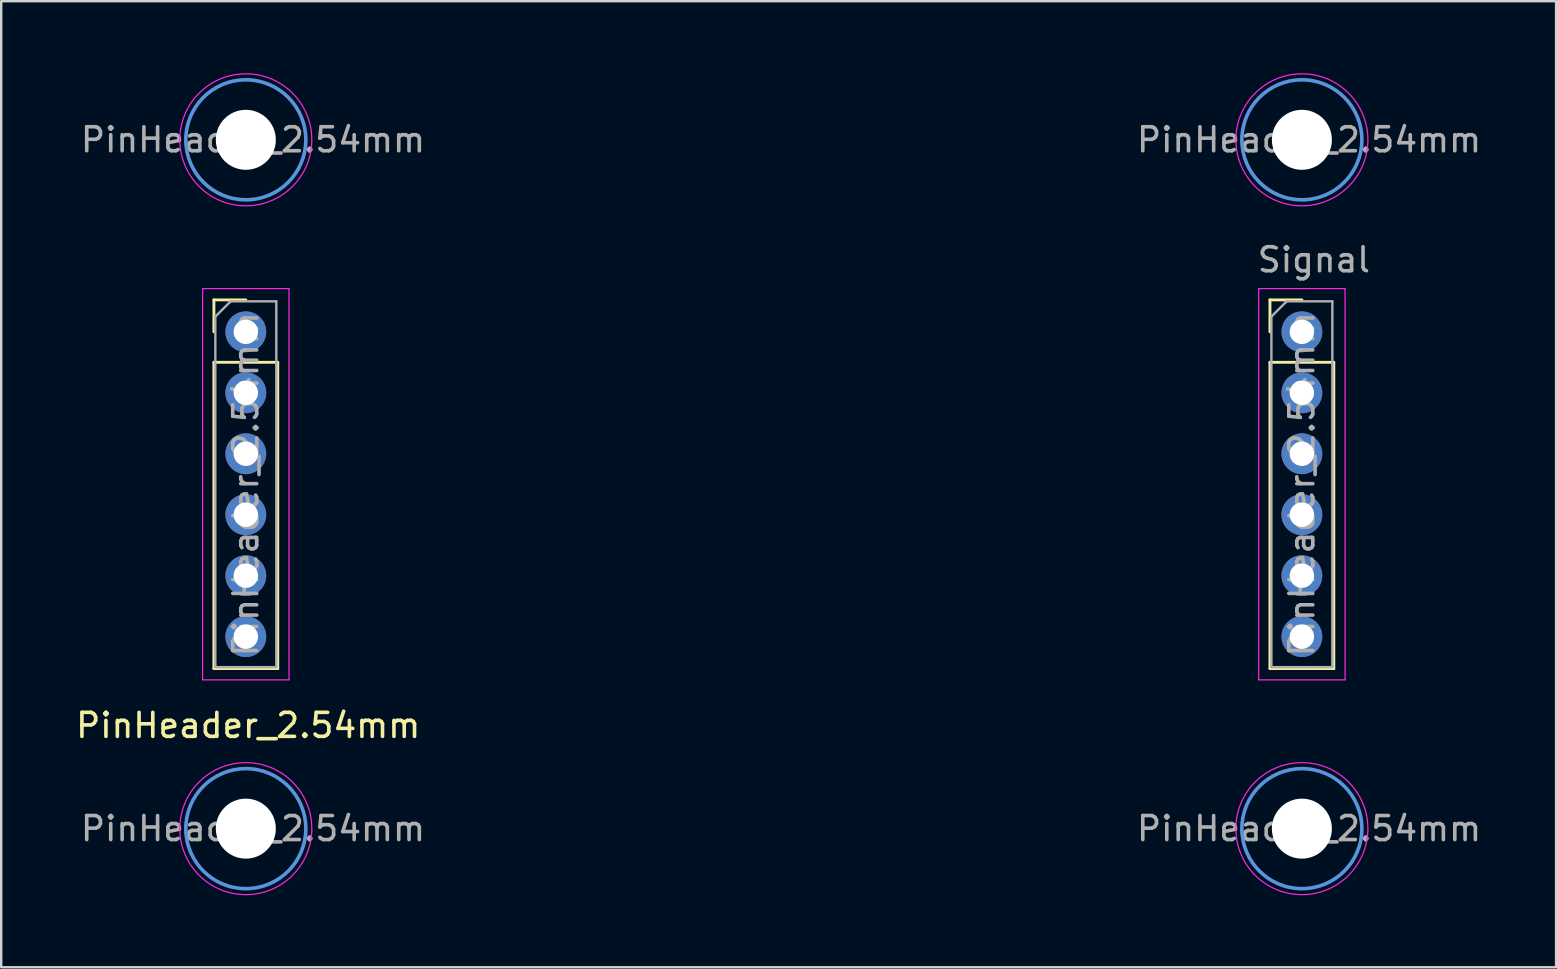
<source format=kicad_pcb>
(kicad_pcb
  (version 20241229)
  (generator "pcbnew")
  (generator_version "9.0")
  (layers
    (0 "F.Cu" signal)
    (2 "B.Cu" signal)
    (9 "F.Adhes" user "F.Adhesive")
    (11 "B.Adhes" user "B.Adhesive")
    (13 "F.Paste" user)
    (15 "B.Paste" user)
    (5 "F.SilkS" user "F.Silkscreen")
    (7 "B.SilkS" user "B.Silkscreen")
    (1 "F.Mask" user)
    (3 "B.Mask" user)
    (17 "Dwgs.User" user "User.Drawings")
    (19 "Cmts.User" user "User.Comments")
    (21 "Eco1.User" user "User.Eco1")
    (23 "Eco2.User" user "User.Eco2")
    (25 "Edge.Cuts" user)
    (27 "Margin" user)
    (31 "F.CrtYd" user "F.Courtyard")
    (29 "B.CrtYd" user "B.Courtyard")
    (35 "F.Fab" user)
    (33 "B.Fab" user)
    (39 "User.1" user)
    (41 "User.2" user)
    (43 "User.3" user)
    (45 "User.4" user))
  (footprint "PinHeader_2.54mm"
    (layer "F.Cu")
    (at 7.192 10.775)
    (property "Reference" "PinHeader_2.54mm" (at 0.1 16.4 0) (layer "F.SilkS") (effects (font (size 1 1) (thickness 0.15))))
    (attr through_hole)
    (fp_line (start -1.33 -1.33) (end 0 -1.33) (stroke (width 0.12) (type solid)) (layer "F.SilkS"))
    (fp_line (start -1.33 0) (end -1.33 -1.33) (stroke (width 0.12) (type solid)) (layer "F.SilkS"))
    (fp_line (start -1.33 1.27) (end -1.33 14.03) (stroke (width 0.12) (type solid)) (layer "F.SilkS"))
    (fp_line (start -1.33 1.27) (end 1.33 1.27) (stroke (width 0.12) (type solid)) (layer "F.SilkS"))
    (fp_line (start -1.33 14.03) (end 1.33 14.03) (stroke (width 0.12) (type solid)) (layer "F.SilkS"))
    (fp_line (start 1.33 1.27) (end 1.33 14.03) (stroke (width 0.12) (type solid)) (layer "F.SilkS"))
    (fp_line (start 42.67 -1.33) (end 44 -1.33) (stroke (width 0.12) (type solid)) (layer "F.SilkS"))
    (fp_line (start 42.67 0) (end 42.67 -1.33) (stroke (width 0.12) (type solid)) (layer "F.SilkS"))
    (fp_line (start 42.67 1.27) (end 42.67 14.03) (stroke (width 0.12) (type solid)) (layer "F.SilkS"))
    (fp_line (start 42.67 1.27) (end 45.33 1.27) (stroke (width 0.12) (type solid)) (layer "F.SilkS"))
    (fp_line (start 42.67 14.03) (end 45.33 14.03) (stroke (width 0.12) (type solid)) (layer "F.SilkS"))
    (fp_line (start 45.33 1.27) (end 45.33 14.03) (stroke (width 0.12) (type solid)) (layer "F.SilkS"))
    (fp_circle (center 0 -8) (end 2.5 -8) (stroke (width 0.15) (type solid)) (fill no) (layer "Cmts.User"))
    (fp_circle (center 0 20.7) (end 2.5 20.7) (stroke (width 0.15) (type solid)) (fill no) (layer "Cmts.User"))
    (fp_circle (center 44 -8) (end 46.5 -8) (stroke (width 0.15) (type solid)) (fill no) (layer "Cmts.User"))
    (fp_circle (center 44 20.7) (end 46.5 20.7) (stroke (width 0.15) (type solid)) (fill no) (layer "Cmts.User"))
    (fp_line (start -1.8 -1.8) (end -1.8 14.5) (stroke (width 0.05) (type solid)) (layer "F.CrtYd"))
    (fp_line (start -1.8 14.5) (end 1.8 14.5) (stroke (width 0.05) (type solid)) (layer "F.CrtYd"))
    (fp_line (start 1.8 -1.8) (end -1.8 -1.8) (stroke (width 0.05) (type solid)) (layer "F.CrtYd"))
    (fp_line (start 1.8 14.5) (end 1.8 -1.8) (stroke (width 0.05) (type solid)) (layer "F.CrtYd"))
    (fp_line (start 42.2 -1.8) (end 42.2 14.5) (stroke (width 0.05) (type solid)) (layer "F.CrtYd"))
    (fp_line (start 42.2 14.5) (end 45.8 14.5) (stroke (width 0.05) (type solid)) (layer "F.CrtYd"))
    (fp_line (start 45.8 -1.8) (end 42.2 -1.8) (stroke (width 0.05) (type solid)) (layer "F.CrtYd"))
    (fp_line (start 45.8 14.5) (end 45.8 -1.8) (stroke (width 0.05) (type solid)) (layer "F.CrtYd"))
    (fp_circle (center 0 -8) (end 2.75 -8) (stroke (width 0.05) (type solid)) (fill no) (layer "F.CrtYd"))
    (fp_circle (center 0 20.7) (end 2.75 20.7) (stroke (width 0.05) (type solid)) (fill no) (layer "F.CrtYd"))
    (fp_circle (center 44 -8) (end 46.75 -8) (stroke (width 0.05) (type solid)) (fill no) (layer "F.CrtYd"))
    (fp_circle (center 44 20.7) (end 46.75 20.7) (stroke (width 0.05) (type solid)) (fill no) (layer "F.CrtYd"))
    (fp_line (start -1.27 -0.635) (end -0.635 -1.27) (stroke (width 0.1) (type solid)) (layer "F.Fab"))
    (fp_line (start -1.27 13.97) (end -1.27 -0.635) (stroke (width 0.1) (type solid)) (layer "F.Fab"))
    (fp_line (start -0.635 -1.27) (end 1.27 -1.27) (stroke (width 0.1) (type solid)) (layer "F.Fab"))
    (fp_line (start 1.27 -1.27) (end 1.27 13.97) (stroke (width 0.1) (type solid)) (layer "F.Fab"))
    (fp_line (start 1.27 13.97) (end -1.27 13.97) (stroke (width 0.1) (type solid)) (layer "F.Fab"))
    (fp_line (start 42.73 -0.635) (end 43.365 -1.27) (stroke (width 0.1) (type solid)) (layer "F.Fab"))
    (fp_line (start 42.73 13.97) (end 42.73 -0.635) (stroke (width 0.1) (type solid)) (layer "F.Fab"))
    (fp_line (start 43.365 -1.27) (end 45.27 -1.27) (stroke (width 0.1) (type solid)) (layer "F.Fab"))
    (fp_line (start 45.27 -1.27) (end 45.27 13.97) (stroke (width 0.1) (type solid)) (layer "F.Fab"))
    (fp_line (start 45.27 13.97) (end 42.73 13.97) (stroke (width 0.1) (type solid)) (layer "F.Fab"))
    (fp_text user "${REFERENCE}" (at 0.3 -8 0) (layer "F.Fab") (effects (font (size 1 1) (thickness 0.15))))
    (fp_text user "${REFERENCE}" (at 44 6.35 90) (layer "F.Fab") (effects (font (size 1 1) (thickness 0.15))))
    (fp_text user "${REFERENCE}" (at 44.3 20.7 0) (layer "F.Fab") (effects (font (size 1 1) (thickness 0.15))))
    (fp_text user "${REFERENCE}" (at 0.3 20.7 0) (layer "F.Fab") (effects (font (size 1 1) (thickness 0.15))))
    (fp_text user "Signal" (at 44.5 -3 0) (layer "F.Fab") (effects (font (size 1 1) (thickness 0.15))))
    (fp_text user "${REFERENCE}" (at 44.3 -8 0) (layer "F.Fab") (effects (font (size 1 1) (thickness 0.15))))
    (fp_text user "${REFERENCE}" (at 0 6.35 90) (layer "F.Fab") (effects (font (size 1 1) (thickness 0.15))))
    (pad "" np_thru_hole circle (at 0 -8) (size 2.5 2.5) (drill 2.5) (layers "*.Cu" "*.Mask"))
    (pad "" np_thru_hole circle (at 0 20.7) (size 2.5 2.5) (drill 2.5) (layers "*.Cu" "*.Mask"))
    (pad "" np_thru_hole circle (at 44 -8) (size 2.5 2.5) (drill 2.5) (layers "*.Cu" "*.Mask"))
    (pad "" np_thru_hole circle (at 44 20.7) (size 2.5 2.5) (drill 2.5) (layers "*.Cu" "*.Mask"))
    (pad "1" thru_hole oval (at 0 2.54) (size 1.7 1.7) (drill 1.02) (layers "*.Cu" "*.Mask"))
    (pad "2" thru_hole circle (at 0 0) (size 1.7 1.7) (drill 1.02) (layers "*.Cu" "*.Mask"))
    (pad "3" thru_hole oval (at 0 5.08) (size 1.7 1.7) (drill 1.02) (layers "*.Cu" "*.Mask"))
    (pad "4" thru_hole oval (at 0 7.62) (size 1.7 1.7) (drill 1.02) (layers "*.Cu" "*.Mask"))
    (pad "5" thru_hole oval (at 0 12.7) (size 1.7 1.7) (drill 1.02) (layers "*.Cu" "*.Mask"))
    (pad "6" thru_hole oval (at 0 10.16) (size 1.7 1.7) (drill 1.02) (layers "*.Cu" "*.Mask"))
    (pad "7" thru_hole oval (at 44 5.08) (size 1.7 1.7) (drill 1.02) (layers "*.Cu" "*.Mask"))
    (pad "8" thru_hole circle (at 44 0) (size 1.7 1.7) (drill 1.02) (layers "*.Cu" "*.Mask"))
    (pad "9" thru_hole oval (at 44 7.62) (size 1.7 1.7) (drill 1.02) (layers "*.Cu" "*.Mask"))
    (pad "10" thru_hole oval (at 44 2.54) (size 1.7 1.7) (drill 1.02) (layers "*.Cu" "*.Mask"))
    (pad "11" thru_hole oval (at 44 10.16) (size 1.7 1.7) (drill 1.02) (layers "*.Cu" "*.Mask"))
    (pad "12" thru_hole oval (at 44 12.7) (size 1.7 1.7) (drill 1.02) (layers "*.Cu" "*.Mask")))
  (gr_rect
    (start -3 -3)
    (end 61.783 37.25)
    (stroke (width 0.1) (type default))
    (fill no)
    (layer "Edge.Cuts")))
</source>
